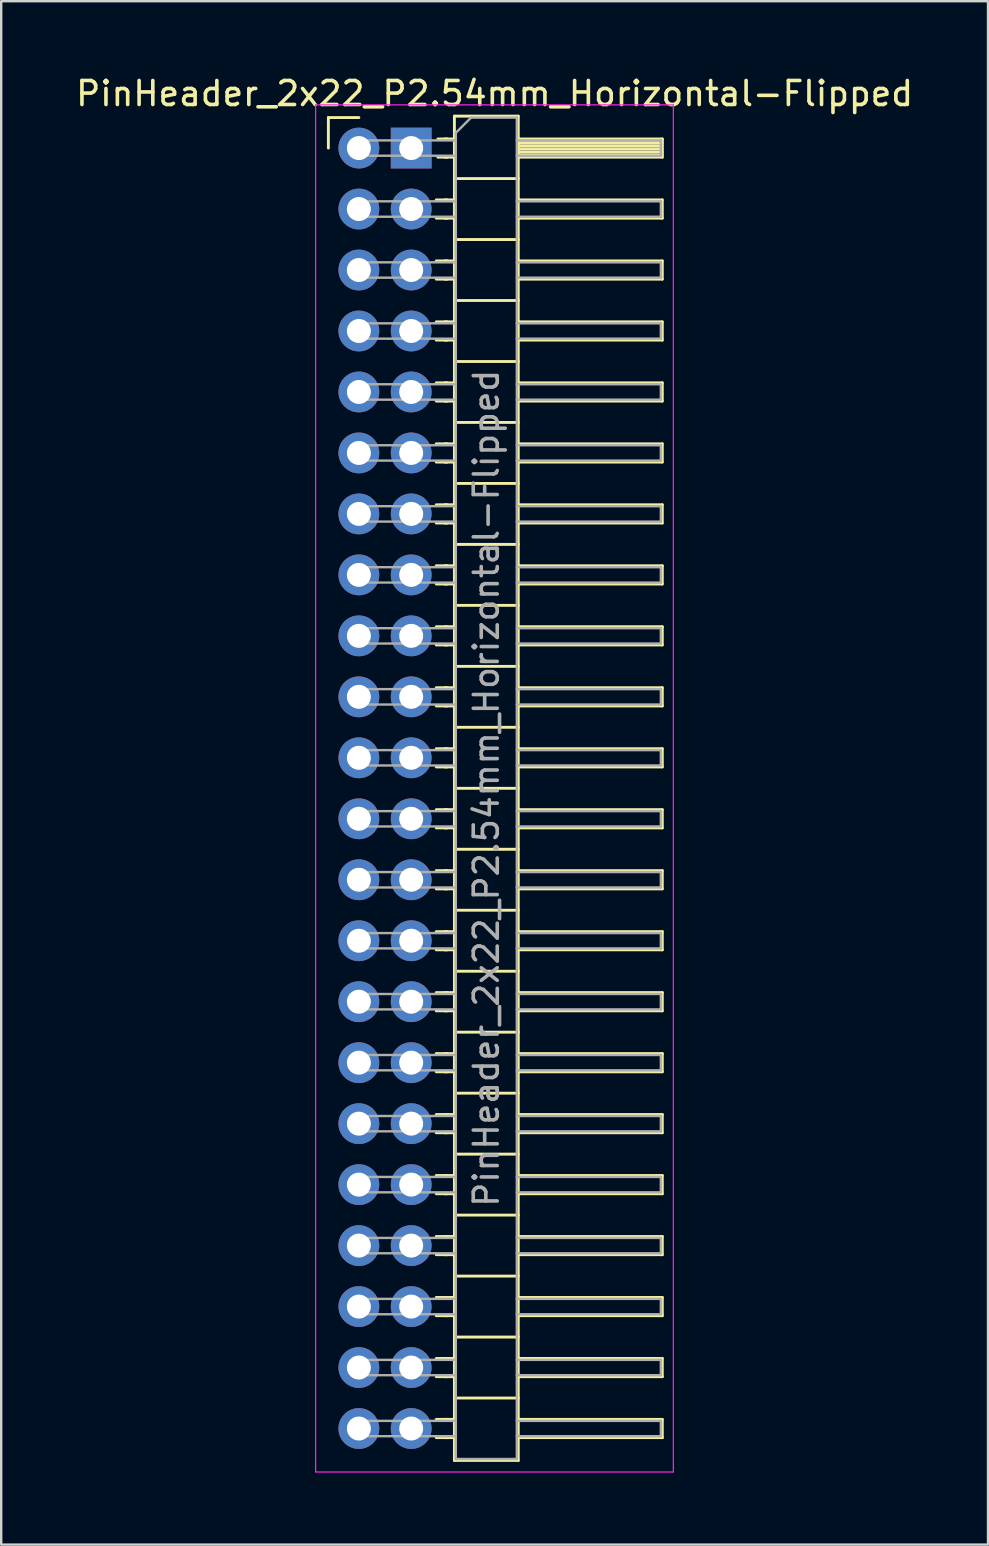
<source format=kicad_pcb>
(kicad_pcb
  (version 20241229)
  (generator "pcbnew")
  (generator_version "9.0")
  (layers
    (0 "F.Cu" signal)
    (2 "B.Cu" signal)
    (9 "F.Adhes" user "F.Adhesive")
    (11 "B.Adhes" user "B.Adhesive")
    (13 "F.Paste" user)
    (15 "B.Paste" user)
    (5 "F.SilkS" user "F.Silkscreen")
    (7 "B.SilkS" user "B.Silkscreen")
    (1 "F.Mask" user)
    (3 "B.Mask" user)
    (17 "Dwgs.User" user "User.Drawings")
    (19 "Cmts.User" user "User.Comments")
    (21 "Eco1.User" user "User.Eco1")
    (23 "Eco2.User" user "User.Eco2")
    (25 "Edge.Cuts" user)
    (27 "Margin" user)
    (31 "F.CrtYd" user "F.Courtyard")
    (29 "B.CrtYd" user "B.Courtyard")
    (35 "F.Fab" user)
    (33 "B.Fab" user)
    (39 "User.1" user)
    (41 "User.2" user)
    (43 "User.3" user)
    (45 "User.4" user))
  (footprint "PinHeader_2x22_P2.54mm_Horizontal-Flipped"
    (layer "F.Cu")
    (at 11.899 3.118)
    (property "Reference" "PinHeader_2x22_P2.54mm_Horizontal-Flipped" (at 5.655 -2.27 0) (layer "F.SilkS") (effects (font (size 1 1) (thickness 0.15))))
    (attr through_hole)
    (fp_line (start -1.27 -1.27) (end 0 -1.27) (stroke (width 0.12) (type solid)) (layer "F.SilkS"))
    (fp_line (start -1.27 0) (end -1.27 -1.27) (stroke (width 0.12) (type solid)) (layer "F.SilkS"))
    (fp_line (start 3.223 2.16) (end 3.677 2.16) (stroke (width 0.12) (type solid)) (layer "F.SilkS"))
    (fp_line (start 3.223 2.92) (end 3.677 2.92) (stroke (width 0.12) (type solid)) (layer "F.SilkS"))
    (fp_line (start 3.223 4.7) (end 3.677 4.7) (stroke (width 0.12) (type solid)) (layer "F.SilkS"))
    (fp_line (start 3.223 5.46) (end 3.677 5.46) (stroke (width 0.12) (type solid)) (layer "F.SilkS"))
    (fp_line (start 3.223 7.24) (end 3.677 7.24) (stroke (width 0.12) (type solid)) (layer "F.SilkS"))
    (fp_line (start 3.223 8) (end 3.677 8) (stroke (width 0.12) (type solid)) (layer "F.SilkS"))
    (fp_line (start 3.223 9.78) (end 3.677 9.78) (stroke (width 0.12) (type solid)) (layer "F.SilkS"))
    (fp_line (start 3.223 10.54) (end 3.677 10.54) (stroke (width 0.12) (type solid)) (layer "F.SilkS"))
    (fp_line (start 3.223 12.32) (end 3.677 12.32) (stroke (width 0.12) (type solid)) (layer "F.SilkS"))
    (fp_line (start 3.223 13.08) (end 3.677 13.08) (stroke (width 0.12) (type solid)) (layer "F.SilkS"))
    (fp_line (start 3.223 14.86) (end 3.677 14.86) (stroke (width 0.12) (type solid)) (layer "F.SilkS"))
    (fp_line (start 3.223 15.62) (end 3.677 15.62) (stroke (width 0.12) (type solid)) (layer "F.SilkS"))
    (fp_line (start 3.223 17.4) (end 3.677 17.4) (stroke (width 0.12) (type solid)) (layer "F.SilkS"))
    (fp_line (start 3.223 18.16) (end 3.677 18.16) (stroke (width 0.12) (type solid)) (layer "F.SilkS"))
    (fp_line (start 3.223 19.94) (end 3.677 19.94) (stroke (width 0.12) (type solid)) (layer "F.SilkS"))
    (fp_line (start 3.223 20.7) (end 3.677 20.7) (stroke (width 0.12) (type solid)) (layer "F.SilkS"))
    (fp_line (start 3.223 22.48) (end 3.677 22.48) (stroke (width 0.12) (type solid)) (layer "F.SilkS"))
    (fp_line (start 3.223 23.24) (end 3.677 23.24) (stroke (width 0.12) (type solid)) (layer "F.SilkS"))
    (fp_line (start 3.223 25.02) (end 3.677 25.02) (stroke (width 0.12) (type solid)) (layer "F.SilkS"))
    (fp_line (start 3.223 25.78) (end 3.677 25.78) (stroke (width 0.12) (type solid)) (layer "F.SilkS"))
    (fp_line (start 3.223 27.56) (end 3.677 27.56) (stroke (width 0.12) (type solid)) (layer "F.SilkS"))
    (fp_line (start 3.223 28.32) (end 3.677 28.32) (stroke (width 0.12) (type solid)) (layer "F.SilkS"))
    (fp_line (start 3.223 30.1) (end 3.677 30.1) (stroke (width 0.12) (type solid)) (layer "F.SilkS"))
    (fp_line (start 3.223 30.86) (end 3.677 30.86) (stroke (width 0.12) (type solid)) (layer "F.SilkS"))
    (fp_line (start 3.223 32.64) (end 3.677 32.64) (stroke (width 0.12) (type solid)) (layer "F.SilkS"))
    (fp_line (start 3.223 33.4) (end 3.677 33.4) (stroke (width 0.12) (type solid)) (layer "F.SilkS"))
    (fp_line (start 3.223 35.18) (end 3.677 35.18) (stroke (width 0.12) (type solid)) (layer "F.SilkS"))
    (fp_line (start 3.223 35.94) (end 3.677 35.94) (stroke (width 0.12) (type solid)) (layer "F.SilkS"))
    (fp_line (start 3.223 37.72) (end 3.677 37.72) (stroke (width 0.12) (type solid)) (layer "F.SilkS"))
    (fp_line (start 3.223 38.48) (end 3.677 38.48) (stroke (width 0.12) (type solid)) (layer "F.SilkS"))
    (fp_line (start 3.223 40.26) (end 3.677 40.26) (stroke (width 0.12) (type solid)) (layer "F.SilkS"))
    (fp_line (start 3.223 41.02) (end 3.677 41.02) (stroke (width 0.12) (type solid)) (layer "F.SilkS"))
    (fp_line (start 3.223 42.8) (end 3.677 42.8) (stroke (width 0.12) (type solid)) (layer "F.SilkS"))
    (fp_line (start 3.223 43.56) (end 3.677 43.56) (stroke (width 0.12) (type solid)) (layer "F.SilkS"))
    (fp_line (start 3.223 45.34) (end 3.677 45.34) (stroke (width 0.12) (type solid)) (layer "F.SilkS"))
    (fp_line (start 3.223 46.1) (end 3.677 46.1) (stroke (width 0.12) (type solid)) (layer "F.SilkS"))
    (fp_line (start 3.223 47.88) (end 3.677 47.88) (stroke (width 0.12) (type solid)) (layer "F.SilkS"))
    (fp_line (start 3.223 48.64) (end 3.677 48.64) (stroke (width 0.12) (type solid)) (layer "F.SilkS"))
    (fp_line (start 3.223 50.42) (end 3.677 50.42) (stroke (width 0.12) (type solid)) (layer "F.SilkS"))
    (fp_line (start 3.223 51.18) (end 3.677 51.18) (stroke (width 0.12) (type solid)) (layer "F.SilkS"))
    (fp_line (start 3.223 52.96) (end 3.677 52.96) (stroke (width 0.12) (type solid)) (layer "F.SilkS"))
    (fp_line (start 3.223 53.72) (end 3.677 53.72) (stroke (width 0.12) (type solid)) (layer "F.SilkS"))
    (fp_line (start 3.29 -0.38) (end 3.677 -0.38) (stroke (width 0.12) (type solid)) (layer "F.SilkS"))
    (fp_line (start 3.29 0.38) (end 3.677 0.38) (stroke (width 0.12) (type solid)) (layer "F.SilkS"))
    (fp_line (start 3.583 -0.38) (end 3.98 -0.38) (stroke (width 0.12) (type solid)) (layer "F.SilkS"))
    (fp_line (start 3.583 0.38) (end 3.98 0.38) (stroke (width 0.12) (type solid)) (layer "F.SilkS"))
    (fp_line (start 3.583 2.16) (end 3.98 2.16) (stroke (width 0.12) (type solid)) (layer "F.SilkS"))
    (fp_line (start 3.583 2.92) (end 3.98 2.92) (stroke (width 0.12) (type solid)) (layer "F.SilkS"))
    (fp_line (start 3.583 4.7) (end 3.98 4.7) (stroke (width 0.12) (type solid)) (layer "F.SilkS"))
    (fp_line (start 3.583 5.46) (end 3.98 5.46) (stroke (width 0.12) (type solid)) (layer "F.SilkS"))
    (fp_line (start 3.583 7.24) (end 3.98 7.24) (stroke (width 0.12) (type solid)) (layer "F.SilkS"))
    (fp_line (start 3.583 8) (end 3.98 8) (stroke (width 0.12) (type solid)) (layer "F.SilkS"))
    (fp_line (start 3.583 9.78) (end 3.98 9.78) (stroke (width 0.12) (type solid)) (layer "F.SilkS"))
    (fp_line (start 3.583 10.54) (end 3.98 10.54) (stroke (width 0.12) (type solid)) (layer "F.SilkS"))
    (fp_line (start 3.583 12.32) (end 3.98 12.32) (stroke (width 0.12) (type solid)) (layer "F.SilkS"))
    (fp_line (start 3.583 13.08) (end 3.98 13.08) (stroke (width 0.12) (type solid)) (layer "F.SilkS"))
    (fp_line (start 3.583 14.86) (end 3.98 14.86) (stroke (width 0.12) (type solid)) (layer "F.SilkS"))
    (fp_line (start 3.583 15.62) (end 3.98 15.62) (stroke (width 0.12) (type solid)) (layer "F.SilkS"))
    (fp_line (start 3.583 17.4) (end 3.98 17.4) (stroke (width 0.12) (type solid)) (layer "F.SilkS"))
    (fp_line (start 3.583 18.16) (end 3.98 18.16) (stroke (width 0.12) (type solid)) (layer "F.SilkS"))
    (fp_line (start 3.583 19.94) (end 3.98 19.94) (stroke (width 0.12) (type solid)) (layer "F.SilkS"))
    (fp_line (start 3.583 20.7) (end 3.98 20.7) (stroke (width 0.12) (type solid)) (layer "F.SilkS"))
    (fp_line (start 3.583 22.48) (end 3.98 22.48) (stroke (width 0.12) (type solid)) (layer "F.SilkS"))
    (fp_line (start 3.583 23.24) (end 3.98 23.24) (stroke (width 0.12) (type solid)) (layer "F.SilkS"))
    (fp_line (start 3.583 25.02) (end 3.98 25.02) (stroke (width 0.12) (type solid)) (layer "F.SilkS"))
    (fp_line (start 3.583 25.78) (end 3.98 25.78) (stroke (width 0.12) (type solid)) (layer "F.SilkS"))
    (fp_line (start 3.583 27.56) (end 3.98 27.56) (stroke (width 0.12) (type solid)) (layer "F.SilkS"))
    (fp_line (start 3.583 28.32) (end 3.98 28.32) (stroke (width 0.12) (type solid)) (layer "F.SilkS"))
    (fp_line (start 3.583 30.1) (end 3.98 30.1) (stroke (width 0.12) (type solid)) (layer "F.SilkS"))
    (fp_line (start 3.583 30.86) (end 3.98 30.86) (stroke (width 0.12) (type solid)) (layer "F.SilkS"))
    (fp_line (start 3.583 32.64) (end 3.98 32.64) (stroke (width 0.12) (type solid)) (layer "F.SilkS"))
    (fp_line (start 3.583 33.4) (end 3.98 33.4) (stroke (width 0.12) (type solid)) (layer "F.SilkS"))
    (fp_line (start 3.583 35.18) (end 3.98 35.18) (stroke (width 0.12) (type solid)) (layer "F.SilkS"))
    (fp_line (start 3.583 35.94) (end 3.98 35.94) (stroke (width 0.12) (type solid)) (layer "F.SilkS"))
    (fp_line (start 3.583 37.72) (end 3.98 37.72) (stroke (width 0.12) (type solid)) (layer "F.SilkS"))
    (fp_line (start 3.583 38.48) (end 3.98 38.48) (stroke (width 0.12) (type solid)) (layer "F.SilkS"))
    (fp_line (start 3.583 40.26) (end 3.98 40.26) (stroke (width 0.12) (type solid)) (layer "F.SilkS"))
    (fp_line (start 3.583 41.02) (end 3.98 41.02) (stroke (width 0.12) (type solid)) (layer "F.SilkS"))
    (fp_line (start 3.583 42.8) (end 3.98 42.8) (stroke (width 0.12) (type solid)) (layer "F.SilkS"))
    (fp_line (start 3.583 43.56) (end 3.98 43.56) (stroke (width 0.12) (type solid)) (layer "F.SilkS"))
    (fp_line (start 3.583 45.34) (end 3.98 45.34) (stroke (width 0.12) (type solid)) (layer "F.SilkS"))
    (fp_line (start 3.583 46.1) (end 3.98 46.1) (stroke (width 0.12) (type solid)) (layer "F.SilkS"))
    (fp_line (start 3.583 47.88) (end 3.98 47.88) (stroke (width 0.12) (type solid)) (layer "F.SilkS"))
    (fp_line (start 3.583 48.64) (end 3.98 48.64) (stroke (width 0.12) (type solid)) (layer "F.SilkS"))
    (fp_line (start 3.583 50.42) (end 3.98 50.42) (stroke (width 0.12) (type solid)) (layer "F.SilkS"))
    (fp_line (start 3.583 51.18) (end 3.98 51.18) (stroke (width 0.12) (type solid)) (layer "F.SilkS"))
    (fp_line (start 3.583 52.96) (end 3.98 52.96) (stroke (width 0.12) (type solid)) (layer "F.SilkS"))
    (fp_line (start 3.583 53.72) (end 3.98 53.72) (stroke (width 0.12) (type solid)) (layer "F.SilkS"))
    (fp_line (start 3.98 -1.33) (end 3.98 54.67) (stroke (width 0.12) (type solid)) (layer "F.SilkS"))
    (fp_line (start 3.98 1.27) (end 6.64 1.27) (stroke (width 0.12) (type solid)) (layer "F.SilkS"))
    (fp_line (start 3.98 3.81) (end 6.64 3.81) (stroke (width 0.12) (type solid)) (layer "F.SilkS"))
    (fp_line (start 3.98 6.35) (end 6.64 6.35) (stroke (width 0.12) (type solid)) (layer "F.SilkS"))
    (fp_line (start 3.98 8.89) (end 6.64 8.89) (stroke (width 0.12) (type solid)) (layer "F.SilkS"))
    (fp_line (start 3.98 11.43) (end 6.64 11.43) (stroke (width 0.12) (type solid)) (layer "F.SilkS"))
    (fp_line (start 3.98 13.97) (end 6.64 13.97) (stroke (width 0.12) (type solid)) (layer "F.SilkS"))
    (fp_line (start 3.98 16.51) (end 6.64 16.51) (stroke (width 0.12) (type solid)) (layer "F.SilkS"))
    (fp_line (start 3.98 19.05) (end 6.64 19.05) (stroke (width 0.12) (type solid)) (layer "F.SilkS"))
    (fp_line (start 3.98 21.59) (end 6.64 21.59) (stroke (width 0.12) (type solid)) (layer "F.SilkS"))
    (fp_line (start 3.98 24.13) (end 6.64 24.13) (stroke (width 0.12) (type solid)) (layer "F.SilkS"))
    (fp_line (start 3.98 26.67) (end 6.64 26.67) (stroke (width 0.12) (type solid)) (layer "F.SilkS"))
    (fp_line (start 3.98 29.21) (end 6.64 29.21) (stroke (width 0.12) (type solid)) (layer "F.SilkS"))
    (fp_line (start 3.98 31.75) (end 6.64 31.75) (stroke (width 0.12) (type solid)) (layer "F.SilkS"))
    (fp_line (start 3.98 34.29) (end 6.64 34.29) (stroke (width 0.12) (type solid)) (layer "F.SilkS"))
    (fp_line (start 3.98 36.83) (end 6.64 36.83) (stroke (width 0.12) (type solid)) (layer "F.SilkS"))
    (fp_line (start 3.98 39.37) (end 6.64 39.37) (stroke (width 0.12) (type solid)) (layer "F.SilkS"))
    (fp_line (start 3.98 41.91) (end 6.64 41.91) (stroke (width 0.12) (type solid)) (layer "F.SilkS"))
    (fp_line (start 3.98 44.45) (end 6.64 44.45) (stroke (width 0.12) (type solid)) (layer "F.SilkS"))
    (fp_line (start 3.98 46.99) (end 6.64 46.99) (stroke (width 0.12) (type solid)) (layer "F.SilkS"))
    (fp_line (start 3.98 49.53) (end 6.64 49.53) (stroke (width 0.12) (type solid)) (layer "F.SilkS"))
    (fp_line (start 3.98 52.07) (end 6.64 52.07) (stroke (width 0.12) (type solid)) (layer "F.SilkS"))
    (fp_line (start 3.98 54.67) (end 6.64 54.67) (stroke (width 0.12) (type solid)) (layer "F.SilkS"))
    (fp_line (start 6.64 -1.33) (end 3.98 -1.33) (stroke (width 0.12) (type solid)) (layer "F.SilkS"))
    (fp_line (start 6.64 -0.38) (end 12.64 -0.38) (stroke (width 0.12) (type solid)) (layer "F.SilkS"))
    (fp_line (start 6.64 -0.32) (end 12.64 -0.32) (stroke (width 0.12) (type solid)) (layer "F.SilkS"))
    (fp_line (start 6.64 -0.2) (end 12.64 -0.2) (stroke (width 0.12) (type solid)) (layer "F.SilkS"))
    (fp_line (start 6.64 -0.08) (end 12.64 -0.08) (stroke (width 0.12) (type solid)) (layer "F.SilkS"))
    (fp_line (start 6.64 0.04) (end 12.64 0.04) (stroke (width 0.12) (type solid)) (layer "F.SilkS"))
    (fp_line (start 6.64 0.16) (end 12.64 0.16) (stroke (width 0.12) (type solid)) (layer "F.SilkS"))
    (fp_line (start 6.64 0.28) (end 12.64 0.28) (stroke (width 0.12) (type solid)) (layer "F.SilkS"))
    (fp_line (start 6.64 2.16) (end 12.64 2.16) (stroke (width 0.12) (type solid)) (layer "F.SilkS"))
    (fp_line (start 6.64 4.7) (end 12.64 4.7) (stroke (width 0.12) (type solid)) (layer "F.SilkS"))
    (fp_line (start 6.64 7.24) (end 12.64 7.24) (stroke (width 0.12) (type solid)) (layer "F.SilkS"))
    (fp_line (start 6.64 9.78) (end 12.64 9.78) (stroke (width 0.12) (type solid)) (layer "F.SilkS"))
    (fp_line (start 6.64 12.32) (end 12.64 12.32) (stroke (width 0.12) (type solid)) (layer "F.SilkS"))
    (fp_line (start 6.64 14.86) (end 12.64 14.86) (stroke (width 0.12) (type solid)) (layer "F.SilkS"))
    (fp_line (start 6.64 17.4) (end 12.64 17.4) (stroke (width 0.12) (type solid)) (layer "F.SilkS"))
    (fp_line (start 6.64 19.94) (end 12.64 19.94) (stroke (width 0.12) (type solid)) (layer "F.SilkS"))
    (fp_line (start 6.64 22.48) (end 12.64 22.48) (stroke (width 0.12) (type solid)) (layer "F.SilkS"))
    (fp_line (start 6.64 25.02) (end 12.64 25.02) (stroke (width 0.12) (type solid)) (layer "F.SilkS"))
    (fp_line (start 6.64 27.56) (end 12.64 27.56) (stroke (width 0.12) (type solid)) (layer "F.SilkS"))
    (fp_line (start 6.64 30.1) (end 12.64 30.1) (stroke (width 0.12) (type solid)) (layer "F.SilkS"))
    (fp_line (start 6.64 32.64) (end 12.64 32.64) (stroke (width 0.12) (type solid)) (layer "F.SilkS"))
    (fp_line (start 6.64 35.18) (end 12.64 35.18) (stroke (width 0.12) (type solid)) (layer "F.SilkS"))
    (fp_line (start 6.64 37.72) (end 12.64 37.72) (stroke (width 0.12) (type solid)) (layer "F.SilkS"))
    (fp_line (start 6.64 40.26) (end 12.64 40.26) (stroke (width 0.12) (type solid)) (layer "F.SilkS"))
    (fp_line (start 6.64 42.8) (end 12.64 42.8) (stroke (width 0.12) (type solid)) (layer "F.SilkS"))
    (fp_line (start 6.64 45.34) (end 12.64 45.34) (stroke (width 0.12) (type solid)) (layer "F.SilkS"))
    (fp_line (start 6.64 47.88) (end 12.64 47.88) (stroke (width 0.12) (type solid)) (layer "F.SilkS"))
    (fp_line (start 6.64 50.42) (end 12.64 50.42) (stroke (width 0.12) (type solid)) (layer "F.SilkS"))
    (fp_line (start 6.64 52.96) (end 12.64 52.96) (stroke (width 0.12) (type solid)) (layer "F.SilkS"))
    (fp_line (start 6.64 54.67) (end 6.64 -1.33) (stroke (width 0.12) (type solid)) (layer "F.SilkS"))
    (fp_line (start 12.64 -0.38) (end 12.64 0.38) (stroke (width 0.12) (type solid)) (layer "F.SilkS"))
    (fp_line (start 12.64 0.38) (end 6.64 0.38) (stroke (width 0.12) (type solid)) (layer "F.SilkS"))
    (fp_line (start 12.64 2.16) (end 12.64 2.92) (stroke (width 0.12) (type solid)) (layer "F.SilkS"))
    (fp_line (start 12.64 2.92) (end 6.64 2.92) (stroke (width 0.12) (type solid)) (layer "F.SilkS"))
    (fp_line (start 12.64 4.7) (end 12.64 5.46) (stroke (width 0.12) (type solid)) (layer "F.SilkS"))
    (fp_line (start 12.64 5.46) (end 6.64 5.46) (stroke (width 0.12) (type solid)) (layer "F.SilkS"))
    (fp_line (start 12.64 7.24) (end 12.64 8) (stroke (width 0.12) (type solid)) (layer "F.SilkS"))
    (fp_line (start 12.64 8) (end 6.64 8) (stroke (width 0.12) (type solid)) (layer "F.SilkS"))
    (fp_line (start 12.64 9.78) (end 12.64 10.54) (stroke (width 0.12) (type solid)) (layer "F.SilkS"))
    (fp_line (start 12.64 10.54) (end 6.64 10.54) (stroke (width 0.12) (type solid)) (layer "F.SilkS"))
    (fp_line (start 12.64 12.32) (end 12.64 13.08) (stroke (width 0.12) (type solid)) (layer "F.SilkS"))
    (fp_line (start 12.64 13.08) (end 6.64 13.08) (stroke (width 0.12) (type solid)) (layer "F.SilkS"))
    (fp_line (start 12.64 14.86) (end 12.64 15.62) (stroke (width 0.12) (type solid)) (layer "F.SilkS"))
    (fp_line (start 12.64 15.62) (end 6.64 15.62) (stroke (width 0.12) (type solid)) (layer "F.SilkS"))
    (fp_line (start 12.64 17.4) (end 12.64 18.16) (stroke (width 0.12) (type solid)) (layer "F.SilkS"))
    (fp_line (start 12.64 18.16) (end 6.64 18.16) (stroke (width 0.12) (type solid)) (layer "F.SilkS"))
    (fp_line (start 12.64 19.94) (end 12.64 20.7) (stroke (width 0.12) (type solid)) (layer "F.SilkS"))
    (fp_line (start 12.64 20.7) (end 6.64 20.7) (stroke (width 0.12) (type solid)) (layer "F.SilkS"))
    (fp_line (start 12.64 22.48) (end 12.64 23.24) (stroke (width 0.12) (type solid)) (layer "F.SilkS"))
    (fp_line (start 12.64 23.24) (end 6.64 23.24) (stroke (width 0.12) (type solid)) (layer "F.SilkS"))
    (fp_line (start 12.64 25.02) (end 12.64 25.78) (stroke (width 0.12) (type solid)) (layer "F.SilkS"))
    (fp_line (start 12.64 25.78) (end 6.64 25.78) (stroke (width 0.12) (type solid)) (layer "F.SilkS"))
    (fp_line (start 12.64 27.56) (end 12.64 28.32) (stroke (width 0.12) (type solid)) (layer "F.SilkS"))
    (fp_line (start 12.64 28.32) (end 6.64 28.32) (stroke (width 0.12) (type solid)) (layer "F.SilkS"))
    (fp_line (start 12.64 30.1) (end 12.64 30.86) (stroke (width 0.12) (type solid)) (layer "F.SilkS"))
    (fp_line (start 12.64 30.86) (end 6.64 30.86) (stroke (width 0.12) (type solid)) (layer "F.SilkS"))
    (fp_line (start 12.64 32.64) (end 12.64 33.4) (stroke (width 0.12) (type solid)) (layer "F.SilkS"))
    (fp_line (start 12.64 33.4) (end 6.64 33.4) (stroke (width 0.12) (type solid)) (layer "F.SilkS"))
    (fp_line (start 12.64 35.18) (end 12.64 35.94) (stroke (width 0.12) (type solid)) (layer "F.SilkS"))
    (fp_line (start 12.64 35.94) (end 6.64 35.94) (stroke (width 0.12) (type solid)) (layer "F.SilkS"))
    (fp_line (start 12.64 37.72) (end 12.64 38.48) (stroke (width 0.12) (type solid)) (layer "F.SilkS"))
    (fp_line (start 12.64 38.48) (end 6.64 38.48) (stroke (width 0.12) (type solid)) (layer "F.SilkS"))
    (fp_line (start 12.64 40.26) (end 12.64 41.02) (stroke (width 0.12) (type solid)) (layer "F.SilkS"))
    (fp_line (start 12.64 41.02) (end 6.64 41.02) (stroke (width 0.12) (type solid)) (layer "F.SilkS"))
    (fp_line (start 12.64 42.8) (end 12.64 43.56) (stroke (width 0.12) (type solid)) (layer "F.SilkS"))
    (fp_line (start 12.64 43.56) (end 6.64 43.56) (stroke (width 0.12) (type solid)) (layer "F.SilkS"))
    (fp_line (start 12.64 45.34) (end 12.64 46.1) (stroke (width 0.12) (type solid)) (layer "F.SilkS"))
    (fp_line (start 12.64 46.1) (end 6.64 46.1) (stroke (width 0.12) (type solid)) (layer "F.SilkS"))
    (fp_line (start 12.64 47.88) (end 12.64 48.64) (stroke (width 0.12) (type solid)) (layer "F.SilkS"))
    (fp_line (start 12.64 48.64) (end 6.64 48.64) (stroke (width 0.12) (type solid)) (layer "F.SilkS"))
    (fp_line (start 12.64 50.42) (end 12.64 51.18) (stroke (width 0.12) (type solid)) (layer "F.SilkS"))
    (fp_line (start 12.64 51.18) (end 6.64 51.18) (stroke (width 0.12) (type solid)) (layer "F.SilkS"))
    (fp_line (start 12.64 52.96) (end 12.64 53.72) (stroke (width 0.12) (type solid)) (layer "F.SilkS"))
    (fp_line (start 12.64 53.72) (end 6.64 53.72) (stroke (width 0.12) (type solid)) (layer "F.SilkS"))
    (fp_line (start -1.8 -1.8) (end -1.8 55.15) (stroke (width 0.05) (type solid)) (layer "F.CrtYd"))
    (fp_line (start -1.8 55.15) (end 13.1 55.15) (stroke (width 0.05) (type solid)) (layer "F.CrtYd"))
    (fp_line (start 13.1 -1.8) (end -1.8 -1.8) (stroke (width 0.05) (type solid)) (layer "F.CrtYd"))
    (fp_line (start 13.1 55.15) (end 13.1 -1.8) (stroke (width 0.05) (type solid)) (layer "F.CrtYd"))
    (fp_line (start -0.32 -0.32) (end 4.04 -0.32) (stroke (width 0.1) (type solid)) (layer "F.Fab"))
    (fp_line (start -0.32 0.32) (end 4.04 0.32) (stroke (width 0.1) (type solid)) (layer "F.Fab"))
    (fp_line (start -0.32 2.22) (end 4.04 2.22) (stroke (width 0.1) (type solid)) (layer "F.Fab"))
    (fp_line (start -0.32 2.86) (end 4.04 2.86) (stroke (width 0.1) (type solid)) (layer "F.Fab"))
    (fp_line (start -0.32 4.76) (end 4.04 4.76) (stroke (width 0.1) (type solid)) (layer "F.Fab"))
    (fp_line (start -0.32 5.4) (end 4.04 5.4) (stroke (width 0.1) (type solid)) (layer "F.Fab"))
    (fp_line (start -0.32 7.3) (end 4.04 7.3) (stroke (width 0.1) (type solid)) (layer "F.Fab"))
    (fp_line (start -0.32 7.94) (end 4.04 7.94) (stroke (width 0.1) (type solid)) (layer "F.Fab"))
    (fp_line (start -0.32 9.84) (end 4.04 9.84) (stroke (width 0.1) (type solid)) (layer "F.Fab"))
    (fp_line (start -0.32 10.48) (end 4.04 10.48) (stroke (width 0.1) (type solid)) (layer "F.Fab"))
    (fp_line (start -0.32 12.38) (end 4.04 12.38) (stroke (width 0.1) (type solid)) (layer "F.Fab"))
    (fp_line (start -0.32 13.02) (end 4.04 13.02) (stroke (width 0.1) (type solid)) (layer "F.Fab"))
    (fp_line (start -0.32 14.92) (end 4.04 14.92) (stroke (width 0.1) (type solid)) (layer "F.Fab"))
    (fp_line (start -0.32 15.56) (end 4.04 15.56) (stroke (width 0.1) (type solid)) (layer "F.Fab"))
    (fp_line (start -0.32 17.46) (end 4.04 17.46) (stroke (width 0.1) (type solid)) (layer "F.Fab"))
    (fp_line (start -0.32 18.1) (end 4.04 18.1) (stroke (width 0.1) (type solid)) (layer "F.Fab"))
    (fp_line (start -0.32 20) (end 4.04 20) (stroke (width 0.1) (type solid)) (layer "F.Fab"))
    (fp_line (start -0.32 20.64) (end 4.04 20.64) (stroke (width 0.1) (type solid)) (layer "F.Fab"))
    (fp_line (start -0.32 22.54) (end 4.04 22.54) (stroke (width 0.1) (type solid)) (layer "F.Fab"))
    (fp_line (start -0.32 23.18) (end 4.04 23.18) (stroke (width 0.1) (type solid)) (layer "F.Fab"))
    (fp_line (start -0.32 25.08) (end 4.04 25.08) (stroke (width 0.1) (type solid)) (layer "F.Fab"))
    (fp_line (start -0.32 25.72) (end 4.04 25.72) (stroke (width 0.1) (type solid)) (layer "F.Fab"))
    (fp_line (start -0.32 27.62) (end 4.04 27.62) (stroke (width 0.1) (type solid)) (layer "F.Fab"))
    (fp_line (start -0.32 28.26) (end 4.04 28.26) (stroke (width 0.1) (type solid)) (layer "F.Fab"))
    (fp_line (start -0.32 30.16) (end 4.04 30.16) (stroke (width 0.1) (type solid)) (layer "F.Fab"))
    (fp_line (start -0.32 30.8) (end 4.04 30.8) (stroke (width 0.1) (type solid)) (layer "F.Fab"))
    (fp_line (start -0.32 32.7) (end 4.04 32.7) (stroke (width 0.1) (type solid)) (layer "F.Fab"))
    (fp_line (start -0.32 33.34) (end 4.04 33.34) (stroke (width 0.1) (type solid)) (layer "F.Fab"))
    (fp_line (start -0.32 35.24) (end 4.04 35.24) (stroke (width 0.1) (type solid)) (layer "F.Fab"))
    (fp_line (start -0.32 35.88) (end 4.04 35.88) (stroke (width 0.1) (type solid)) (layer "F.Fab"))
    (fp_line (start -0.32 37.78) (end 4.04 37.78) (stroke (width 0.1) (type solid)) (layer "F.Fab"))
    (fp_line (start -0.32 38.42) (end 4.04 38.42) (stroke (width 0.1) (type solid)) (layer "F.Fab"))
    (fp_line (start -0.32 40.32) (end 4.04 40.32) (stroke (width 0.1) (type solid)) (layer "F.Fab"))
    (fp_line (start -0.32 40.96) (end 4.04 40.96) (stroke (width 0.1) (type solid)) (layer "F.Fab"))
    (fp_line (start -0.32 42.86) (end 4.04 42.86) (stroke (width 0.1) (type solid)) (layer "F.Fab"))
    (fp_line (start -0.32 43.5) (end 4.04 43.5) (stroke (width 0.1) (type solid)) (layer "F.Fab"))
    (fp_line (start -0.32 45.4) (end 4.04 45.4) (stroke (width 0.1) (type solid)) (layer "F.Fab"))
    (fp_line (start -0.32 46.04) (end 4.04 46.04) (stroke (width 0.1) (type solid)) (layer "F.Fab"))
    (fp_line (start -0.32 47.94) (end 4.04 47.94) (stroke (width 0.1) (type solid)) (layer "F.Fab"))
    (fp_line (start -0.32 48.58) (end 4.04 48.58) (stroke (width 0.1) (type solid)) (layer "F.Fab"))
    (fp_line (start -0.32 50.48) (end 4.04 50.48) (stroke (width 0.1) (type solid)) (layer "F.Fab"))
    (fp_line (start -0.32 51.12) (end 4.04 51.12) (stroke (width 0.1) (type solid)) (layer "F.Fab"))
    (fp_line (start -0.32 53.02) (end 4.04 53.02) (stroke (width 0.1) (type solid)) (layer "F.Fab"))
    (fp_line (start -0.32 53.66) (end 4.04 53.66) (stroke (width 0.1) (type solid)) (layer "F.Fab"))
    (fp_line (start 1.86 -0.32) (end 1.86 0.32) (stroke (width 0.1) (type solid)) (layer "F.Fab"))
    (fp_line (start 1.86 2.22) (end 1.86 2.86) (stroke (width 0.1) (type solid)) (layer "F.Fab"))
    (fp_line (start 1.86 4.76) (end 1.86 5.4) (stroke (width 0.1) (type solid)) (layer "F.Fab"))
    (fp_line (start 1.86 7.3) (end 1.86 7.94) (stroke (width 0.1) (type solid)) (layer "F.Fab"))
    (fp_line (start 1.86 9.84) (end 1.86 10.48) (stroke (width 0.1) (type solid)) (layer "F.Fab"))
    (fp_line (start 1.86 12.38) (end 1.86 13.02) (stroke (width 0.1) (type solid)) (layer "F.Fab"))
    (fp_line (start 1.86 14.92) (end 1.86 15.56) (stroke (width 0.1) (type solid)) (layer "F.Fab"))
    (fp_line (start 1.86 17.46) (end 1.86 18.1) (stroke (width 0.1) (type solid)) (layer "F.Fab"))
    (fp_line (start 1.86 20) (end 1.86 20.64) (stroke (width 0.1) (type solid)) (layer "F.Fab"))
    (fp_line (start 1.86 22.54) (end 1.86 23.18) (stroke (width 0.1) (type solid)) (layer "F.Fab"))
    (fp_line (start 1.86 25.08) (end 1.86 25.72) (stroke (width 0.1) (type solid)) (layer "F.Fab"))
    (fp_line (start 1.86 27.62) (end 1.86 28.26) (stroke (width 0.1) (type solid)) (layer "F.Fab"))
    (fp_line (start 1.86 30.16) (end 1.86 30.8) (stroke (width 0.1) (type solid)) (layer "F.Fab"))
    (fp_line (start 1.86 32.7) (end 1.86 33.34) (stroke (width 0.1) (type solid)) (layer "F.Fab"))
    (fp_line (start 1.86 35.24) (end 1.86 35.88) (stroke (width 0.1) (type solid)) (layer "F.Fab"))
    (fp_line (start 1.86 37.78) (end 1.86 38.42) (stroke (width 0.1) (type solid)) (layer "F.Fab"))
    (fp_line (start 1.86 40.32) (end 1.86 40.96) (stroke (width 0.1) (type solid)) (layer "F.Fab"))
    (fp_line (start 1.86 42.86) (end 1.86 43.5) (stroke (width 0.1) (type solid)) (layer "F.Fab"))
    (fp_line (start 1.86 45.4) (end 1.86 46.04) (stroke (width 0.1) (type solid)) (layer "F.Fab"))
    (fp_line (start 1.86 47.94) (end 1.86 48.58) (stroke (width 0.1) (type solid)) (layer "F.Fab"))
    (fp_line (start 1.86 50.48) (end 1.86 51.12) (stroke (width 0.1) (type solid)) (layer "F.Fab"))
    (fp_line (start 1.86 53.02) (end 1.86 53.66) (stroke (width 0.1) (type solid)) (layer "F.Fab"))
    (fp_line (start 4.04 -0.635) (end 4.675 -1.27) (stroke (width 0.1) (type solid)) (layer "F.Fab"))
    (fp_line (start 4.04 54.61) (end 4.04 -0.635) (stroke (width 0.1) (type solid)) (layer "F.Fab"))
    (fp_line (start 4.675 -1.27) (end 6.58 -1.27) (stroke (width 0.1) (type solid)) (layer "F.Fab"))
    (fp_line (start 6.58 -1.27) (end 6.58 54.61) (stroke (width 0.1) (type solid)) (layer "F.Fab"))
    (fp_line (start 6.58 -0.32) (end 12.58 -0.32) (stroke (width 0.1) (type solid)) (layer "F.Fab"))
    (fp_line (start 6.58 0.32) (end 12.58 0.32) (stroke (width 0.1) (type solid)) (layer "F.Fab"))
    (fp_line (start 6.58 2.22) (end 12.58 2.22) (stroke (width 0.1) (type solid)) (layer "F.Fab"))
    (fp_line (start 6.58 2.86) (end 12.58 2.86) (stroke (width 0.1) (type solid)) (layer "F.Fab"))
    (fp_line (start 6.58 4.76) (end 12.58 4.76) (stroke (width 0.1) (type solid)) (layer "F.Fab"))
    (fp_line (start 6.58 5.4) (end 12.58 5.4) (stroke (width 0.1) (type solid)) (layer "F.Fab"))
    (fp_line (start 6.58 7.3) (end 12.58 7.3) (stroke (width 0.1) (type solid)) (layer "F.Fab"))
    (fp_line (start 6.58 7.94) (end 12.58 7.94) (stroke (width 0.1) (type solid)) (layer "F.Fab"))
    (fp_line (start 6.58 9.84) (end 12.58 9.84) (stroke (width 0.1) (type solid)) (layer "F.Fab"))
    (fp_line (start 6.58 10.48) (end 12.58 10.48) (stroke (width 0.1) (type solid)) (layer "F.Fab"))
    (fp_line (start 6.58 12.38) (end 12.58 12.38) (stroke (width 0.1) (type solid)) (layer "F.Fab"))
    (fp_line (start 6.58 13.02) (end 12.58 13.02) (stroke (width 0.1) (type solid)) (layer "F.Fab"))
    (fp_line (start 6.58 14.92) (end 12.58 14.92) (stroke (width 0.1) (type solid)) (layer "F.Fab"))
    (fp_line (start 6.58 15.56) (end 12.58 15.56) (stroke (width 0.1) (type solid)) (layer "F.Fab"))
    (fp_line (start 6.58 17.46) (end 12.58 17.46) (stroke (width 0.1) (type solid)) (layer "F.Fab"))
    (fp_line (start 6.58 18.1) (end 12.58 18.1) (stroke (width 0.1) (type solid)) (layer "F.Fab"))
    (fp_line (start 6.58 20) (end 12.58 20) (stroke (width 0.1) (type solid)) (layer "F.Fab"))
    (fp_line (start 6.58 20.64) (end 12.58 20.64) (stroke (width 0.1) (type solid)) (layer "F.Fab"))
    (fp_line (start 6.58 22.54) (end 12.58 22.54) (stroke (width 0.1) (type solid)) (layer "F.Fab"))
    (fp_line (start 6.58 23.18) (end 12.58 23.18) (stroke (width 0.1) (type solid)) (layer "F.Fab"))
    (fp_line (start 6.58 25.08) (end 12.58 25.08) (stroke (width 0.1) (type solid)) (layer "F.Fab"))
    (fp_line (start 6.58 25.72) (end 12.58 25.72) (stroke (width 0.1) (type solid)) (layer "F.Fab"))
    (fp_line (start 6.58 27.62) (end 12.58 27.62) (stroke (width 0.1) (type solid)) (layer "F.Fab"))
    (fp_line (start 6.58 28.26) (end 12.58 28.26) (stroke (width 0.1) (type solid)) (layer "F.Fab"))
    (fp_line (start 6.58 30.16) (end 12.58 30.16) (stroke (width 0.1) (type solid)) (layer "F.Fab"))
    (fp_line (start 6.58 30.8) (end 12.58 30.8) (stroke (width 0.1) (type solid)) (layer "F.Fab"))
    (fp_line (start 6.58 32.7) (end 12.58 32.7) (stroke (width 0.1) (type solid)) (layer "F.Fab"))
    (fp_line (start 6.58 33.34) (end 12.58 33.34) (stroke (width 0.1) (type solid)) (layer "F.Fab"))
    (fp_line (start 6.58 35.24) (end 12.58 35.24) (stroke (width 0.1) (type solid)) (layer "F.Fab"))
    (fp_line (start 6.58 35.88) (end 12.58 35.88) (stroke (width 0.1) (type solid)) (layer "F.Fab"))
    (fp_line (start 6.58 37.78) (end 12.58 37.78) (stroke (width 0.1) (type solid)) (layer "F.Fab"))
    (fp_line (start 6.58 38.42) (end 12.58 38.42) (stroke (width 0.1) (type solid)) (layer "F.Fab"))
    (fp_line (start 6.58 40.32) (end 12.58 40.32) (stroke (width 0.1) (type solid)) (layer "F.Fab"))
    (fp_line (start 6.58 40.96) (end 12.58 40.96) (stroke (width 0.1) (type solid)) (layer "F.Fab"))
    (fp_line (start 6.58 42.86) (end 12.58 42.86) (stroke (width 0.1) (type solid)) (layer "F.Fab"))
    (fp_line (start 6.58 43.5) (end 12.58 43.5) (stroke (width 0.1) (type solid)) (layer "F.Fab"))
    (fp_line (start 6.58 45.4) (end 12.58 45.4) (stroke (width 0.1) (type solid)) (layer "F.Fab"))
    (fp_line (start 6.58 46.04) (end 12.58 46.04) (stroke (width 0.1) (type solid)) (layer "F.Fab"))
    (fp_line (start 6.58 47.94) (end 12.58 47.94) (stroke (width 0.1) (type solid)) (layer "F.Fab"))
    (fp_line (start 6.58 48.58) (end 12.58 48.58) (stroke (width 0.1) (type solid)) (layer "F.Fab"))
    (fp_line (start 6.58 50.48) (end 12.58 50.48) (stroke (width 0.1) (type solid)) (layer "F.Fab"))
    (fp_line (start 6.58 51.12) (end 12.58 51.12) (stroke (width 0.1) (type solid)) (layer "F.Fab"))
    (fp_line (start 6.58 53.02) (end 12.58 53.02) (stroke (width 0.1) (type solid)) (layer "F.Fab"))
    (fp_line (start 6.58 53.66) (end 12.58 53.66) (stroke (width 0.1) (type solid)) (layer "F.Fab"))
    (fp_line (start 6.58 54.61) (end 4.04 54.61) (stroke (width 0.1) (type solid)) (layer "F.Fab"))
    (fp_line (start 12.58 -0.32) (end 12.58 0.32) (stroke (width 0.1) (type solid)) (layer "F.Fab"))
    (fp_line (start 12.58 2.22) (end 12.58 2.86) (stroke (width 0.1) (type solid)) (layer "F.Fab"))
    (fp_line (start 12.58 4.76) (end 12.58 5.4) (stroke (width 0.1) (type solid)) (layer "F.Fab"))
    (fp_line (start 12.58 7.3) (end 12.58 7.94) (stroke (width 0.1) (type solid)) (layer "F.Fab"))
    (fp_line (start 12.58 9.84) (end 12.58 10.48) (stroke (width 0.1) (type solid)) (layer "F.Fab"))
    (fp_line (start 12.58 12.38) (end 12.58 13.02) (stroke (width 0.1) (type solid)) (layer "F.Fab"))
    (fp_line (start 12.58 14.92) (end 12.58 15.56) (stroke (width 0.1) (type solid)) (layer "F.Fab"))
    (fp_line (start 12.58 17.46) (end 12.58 18.1) (stroke (width 0.1) (type solid)) (layer "F.Fab"))
    (fp_line (start 12.58 20) (end 12.58 20.64) (stroke (width 0.1) (type solid)) (layer "F.Fab"))
    (fp_line (start 12.58 22.54) (end 12.58 23.18) (stroke (width 0.1) (type solid)) (layer "F.Fab"))
    (fp_line (start 12.58 25.08) (end 12.58 25.72) (stroke (width 0.1) (type solid)) (layer "F.Fab"))
    (fp_line (start 12.58 27.62) (end 12.58 28.26) (stroke (width 0.1) (type solid)) (layer "F.Fab"))
    (fp_line (start 12.58 30.16) (end 12.58 30.8) (stroke (width 0.1) (type solid)) (layer "F.Fab"))
    (fp_line (start 12.58 32.7) (end 12.58 33.34) (stroke (width 0.1) (type solid)) (layer "F.Fab"))
    (fp_line (start 12.58 35.24) (end 12.58 35.88) (stroke (width 0.1) (type solid)) (layer "F.Fab"))
    (fp_line (start 12.58 37.78) (end 12.58 38.42) (stroke (width 0.1) (type solid)) (layer "F.Fab"))
    (fp_line (start 12.58 40.32) (end 12.58 40.96) (stroke (width 0.1) (type solid)) (layer "F.Fab"))
    (fp_line (start 12.58 42.86) (end 12.58 43.5) (stroke (width 0.1) (type solid)) (layer "F.Fab"))
    (fp_line (start 12.58 45.4) (end 12.58 46.04) (stroke (width 0.1) (type solid)) (layer "F.Fab"))
    (fp_line (start 12.58 47.94) (end 12.58 48.58) (stroke (width 0.1) (type solid)) (layer "F.Fab"))
    (fp_line (start 12.58 50.48) (end 12.58 51.12) (stroke (width 0.1) (type solid)) (layer "F.Fab"))
    (fp_line (start 12.58 53.02) (end 12.58 53.66) (stroke (width 0.1) (type solid)) (layer "F.Fab"))
    (fp_text user "${REFERENCE}" (at 5.31 26.67 90) (layer "F.Fab") (effects (font (size 1 1) (thickness 0.15))))
    (pad "1" thru_hole rect (at 2.18 0) (size 1.7 1.7) (drill 1) (layers "*.Cu" "*.Mask"))
    (pad "2" thru_hole oval (at 0 0) (size 1.7 1.7) (drill 1) (layers "*.Cu" "*.Mask"))
    (pad "3" thru_hole oval (at 2.18 2.54) (size 1.7 1.7) (drill 1) (layers "*.Cu" "*.Mask"))
    (pad "4" thru_hole oval (at 0 2.54) (size 1.7 1.7) (drill 1) (layers "*.Cu" "*.Mask"))
    (pad "5" thru_hole oval (at 2.18 5.08) (size 1.7 1.7) (drill 1) (layers "*.Cu" "*.Mask"))
    (pad "6" thru_hole oval (at 0 5.08) (size 1.7 1.7) (drill 1) (layers "*.Cu" "*.Mask"))
    (pad "7" thru_hole oval (at 2.18 7.62) (size 1.7 1.7) (drill 1) (layers "*.Cu" "*.Mask"))
    (pad "8" thru_hole oval (at 0 7.62) (size 1.7 1.7) (drill 1) (layers "*.Cu" "*.Mask"))
    (pad "9" thru_hole oval (at 2.18 10.16) (size 1.7 1.7) (drill 1) (layers "*.Cu" "*.Mask"))
    (pad "10" thru_hole oval (at 0 10.16) (size 1.7 1.7) (drill 1) (layers "*.Cu" "*.Mask"))
    (pad "11" thru_hole oval (at 2.18 12.7) (size 1.7 1.7) (drill 1) (layers "*.Cu" "*.Mask"))
    (pad "12" thru_hole oval (at 0 12.7) (size 1.7 1.7) (drill 1) (layers "*.Cu" "*.Mask"))
    (pad "13" thru_hole oval (at 2.18 15.24) (size 1.7 1.7) (drill 1) (layers "*.Cu" "*.Mask"))
    (pad "14" thru_hole oval (at 0 15.24) (size 1.7 1.7) (drill 1) (layers "*.Cu" "*.Mask"))
    (pad "15" thru_hole oval (at 2.18 17.78) (size 1.7 1.7) (drill 1) (layers "*.Cu" "*.Mask"))
    (pad "16" thru_hole oval (at 0 17.78) (size 1.7 1.7) (drill 1) (layers "*.Cu" "*.Mask"))
    (pad "17" thru_hole oval (at 2.18 20.32) (size 1.7 1.7) (drill 1) (layers "*.Cu" "*.Mask"))
    (pad "18" thru_hole oval (at 0 20.32) (size 1.7 1.7) (drill 1) (layers "*.Cu" "*.Mask"))
    (pad "19" thru_hole oval (at 2.18 22.86) (size 1.7 1.7) (drill 1) (layers "*.Cu" "*.Mask"))
    (pad "20" thru_hole oval (at 0 22.86) (size 1.7 1.7) (drill 1) (layers "*.Cu" "*.Mask"))
    (pad "21" thru_hole oval (at 2.18 25.4) (size 1.7 1.7) (drill 1) (layers "*.Cu" "*.Mask"))
    (pad "22" thru_hole oval (at 0 25.4) (size 1.7 1.7) (drill 1) (layers "*.Cu" "*.Mask"))
    (pad "23" thru_hole oval (at 2.18 27.94) (size 1.7 1.7) (drill 1) (layers "*.Cu" "*.Mask"))
    (pad "24" thru_hole oval (at 0 27.94) (size 1.7 1.7) (drill 1) (layers "*.Cu" "*.Mask"))
    (pad "25" thru_hole oval (at 2.18 30.48) (size 1.7 1.7) (drill 1) (layers "*.Cu" "*.Mask"))
    (pad "26" thru_hole oval (at 0 30.48) (size 1.7 1.7) (drill 1) (layers "*.Cu" "*.Mask"))
    (pad "27" thru_hole oval (at 2.18 33.02) (size 1.7 1.7) (drill 1) (layers "*.Cu" "*.Mask"))
    (pad "28" thru_hole oval (at 0 33.02) (size 1.7 1.7) (drill 1) (layers "*.Cu" "*.Mask"))
    (pad "29" thru_hole oval (at 2.18 35.56) (size 1.7 1.7) (drill 1) (layers "*.Cu" "*.Mask"))
    (pad "30" thru_hole oval (at 0 35.56) (size 1.7 1.7) (drill 1) (layers "*.Cu" "*.Mask"))
    (pad "31" thru_hole oval (at 2.18 38.1) (size 1.7 1.7) (drill 1) (layers "*.Cu" "*.Mask"))
    (pad "32" thru_hole oval (at 0 38.1) (size 1.7 1.7) (drill 1) (layers "*.Cu" "*.Mask"))
    (pad "33" thru_hole oval (at 2.18 40.64) (size 1.7 1.7) (drill 1) (layers "*.Cu" "*.Mask"))
    (pad "34" thru_hole oval (at 0 40.64) (size 1.7 1.7) (drill 1) (layers "*.Cu" "*.Mask"))
    (pad "35" thru_hole oval (at 2.18 43.18) (size 1.7 1.7) (drill 1) (layers "*.Cu" "*.Mask"))
    (pad "36" thru_hole oval (at 0 43.18) (size 1.7 1.7) (drill 1) (layers "*.Cu" "*.Mask"))
    (pad "37" thru_hole oval (at 2.18 45.72) (size 1.7 1.7) (drill 1) (layers "*.Cu" "*.Mask"))
    (pad "38" thru_hole oval (at 0 45.72) (size 1.7 1.7) (drill 1) (layers "*.Cu" "*.Mask"))
    (pad "39" thru_hole oval (at 2.18 48.26) (size 1.7 1.7) (drill 1) (layers "*.Cu" "*.Mask"))
    (pad "40" thru_hole oval (at 0 48.26) (size 1.7 1.7) (drill 1) (layers "*.Cu" "*.Mask"))
    (pad "41" thru_hole oval (at 2.18 50.8) (size 1.7 1.7) (drill 1) (layers "*.Cu" "*.Mask"))
    (pad "42" thru_hole oval (at 0 50.8) (size 1.7 1.7) (drill 1) (layers "*.Cu" "*.Mask"))
    (pad "43" thru_hole oval (at 2.18 53.34) (size 1.7 1.7) (drill 1) (layers "*.Cu" "*.Mask"))
    (pad "44" thru_hole oval (at 0 53.34) (size 1.7 1.7) (drill 1) (layers "*.Cu" "*.Mask")))
  (gr_rect
    (start -3 -3)
    (end 38.107 61.293)
    (stroke (width 0.1) (type default))
    (fill no)
    (layer "Edge.Cuts")))
</source>
